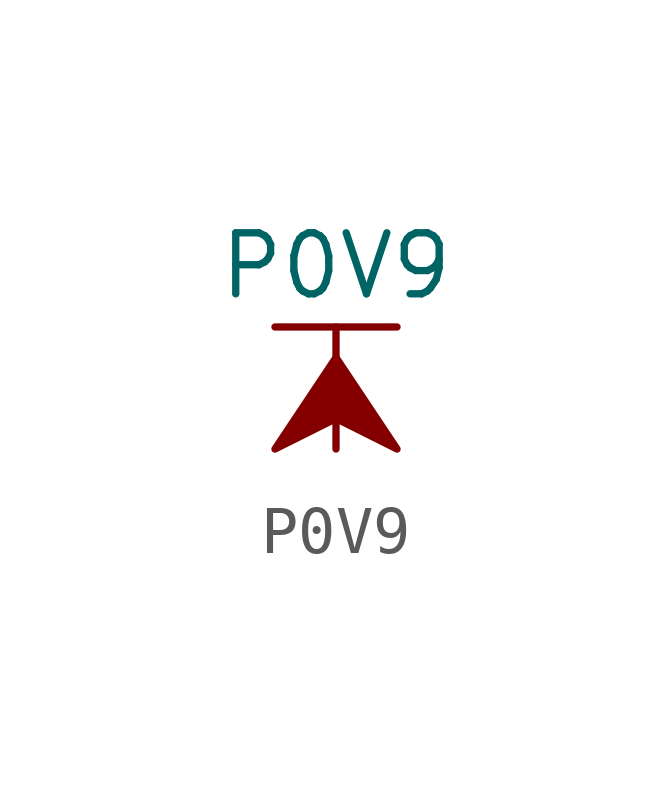
<source format=kicad_sym>
(kicad_symbol_lib
  (version 20211014)
  (generator kicad_symbol_editor)
  (symbol "P0V9"
    (power)
    (pin_names
      (offset 0))
    (property "Reference" "#PWR"
      (at 0 -3.81 0)
      (effects (font (size 1.27 1.27)) hide))
    (property "Value" "P0V9"
      (at 0 3.81 0)
      (effects (font (size 1.27 1.27))))
    (symbol "P0V9_0_1"
      (polyline (pts (xy -1.27 2.54) (xy 1.27 2.54)) (stroke (width 0.152) (type default) (color 0 0 0 0)) (fill (type none)))
      (polyline (pts (xy 0 0) (xy 0 2.54)) (stroke (width 0.152) (type default) (color 0 0 0 0)) (fill (type none)))
      (polyline (pts (xy 0 1.905) (xy -1.27 0) (xy 0 0.635) (xy 1.27 0) (xy 0 1.905)) (stroke (width 0.152) (type default) (color 0 0 0 0)) (fill (type outline))))
    (symbol "P0V9_1_1"
      (pin power_in line (at 0 0 90) (length 0) hide (name "P0V9" (effects (font (size 1.27 1.27)))) (number "1" (effects (font (size 1.27 1.27))))))))
</source>
